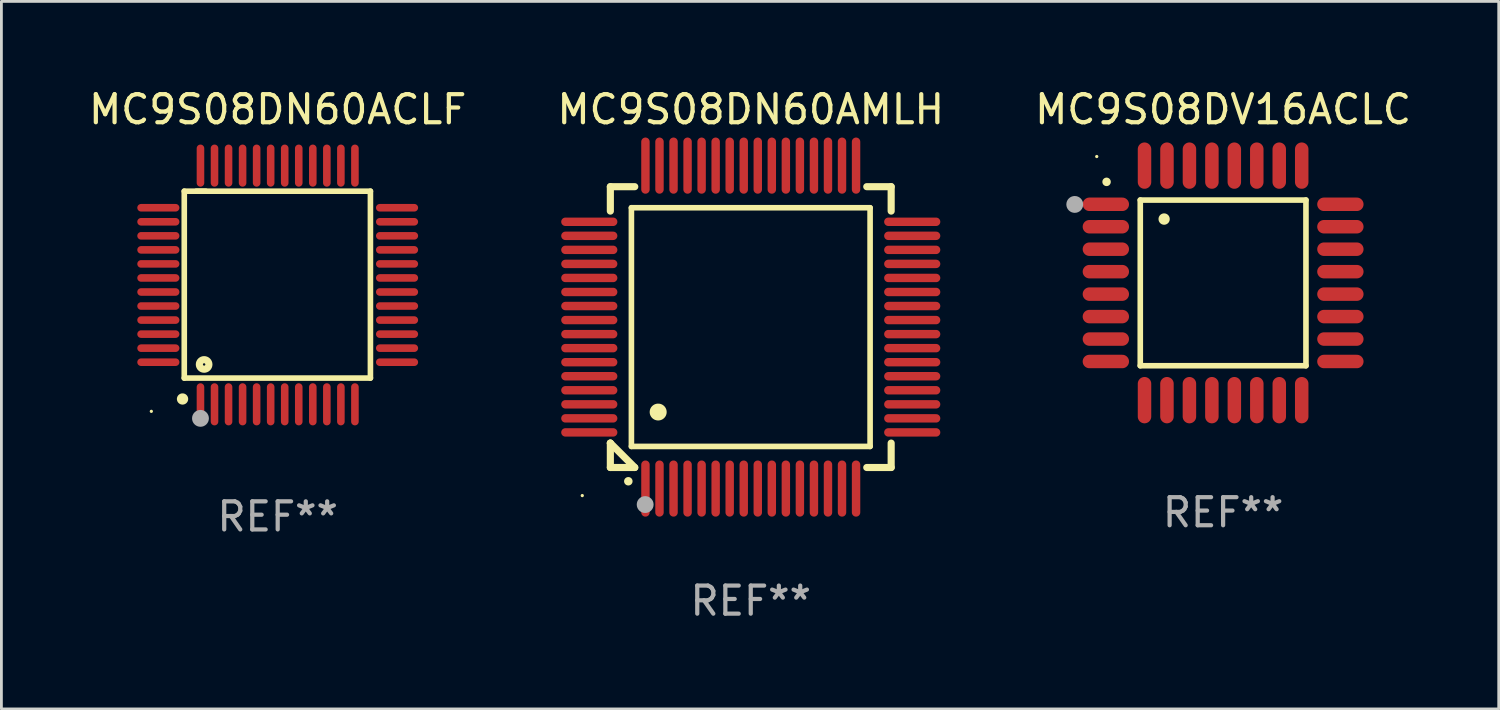
<source format=kicad_pcb>
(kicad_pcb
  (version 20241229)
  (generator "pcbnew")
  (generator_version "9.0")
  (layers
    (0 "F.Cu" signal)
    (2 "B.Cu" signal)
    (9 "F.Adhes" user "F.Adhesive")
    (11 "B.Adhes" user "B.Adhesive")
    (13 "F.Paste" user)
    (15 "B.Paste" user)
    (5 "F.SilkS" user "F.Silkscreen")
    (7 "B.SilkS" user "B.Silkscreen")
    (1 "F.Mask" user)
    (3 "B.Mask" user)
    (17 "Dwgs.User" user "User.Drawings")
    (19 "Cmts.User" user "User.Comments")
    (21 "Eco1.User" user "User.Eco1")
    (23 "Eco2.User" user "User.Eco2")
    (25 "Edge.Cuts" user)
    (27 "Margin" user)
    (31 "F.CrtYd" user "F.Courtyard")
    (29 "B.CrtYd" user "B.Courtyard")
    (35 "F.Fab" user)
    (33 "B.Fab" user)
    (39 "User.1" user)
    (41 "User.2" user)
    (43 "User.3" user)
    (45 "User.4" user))
  (footprint "MC9S08DN60ACLF"
    (layer "F.Cu")
    (at 6.839 7.098)
    (property "Reference" "MC9S08DN60ACLF" (at 0 -6.25 0) (layer "F.SilkS") (effects (font (size 1 1) (thickness 0.15))))
    (attr through_hole)
    (fp_line (start -3.327 -3.34) (end -2.565 -3.34) (stroke (width 0.2) (type solid)) (layer "F.SilkS"))
    (fp_line (start -3.327 3.315) (end -3.327 -3.34) (stroke (width 0.2) (type solid)) (layer "F.SilkS"))
    (fp_line (start -2.896 -3.34) (end 3.302 -3.34) (stroke (width 0.2) (type solid)) (layer "F.SilkS"))
    (fp_line (start 3.302 -3.34) (end 3.302 3.315) (stroke (width 0.2) (type solid)) (layer "F.SilkS"))
    (fp_line (start 3.302 3.315) (end -3.327 3.315) (stroke (width 0.2) (type solid)) (layer "F.SilkS"))
    (fp_arc (start -3.389992 4.059995) (mid -3.388722 4.059991) (end -3.387452 4.059995) (stroke (width 0.4) (type solid)) (layer "F.SilkS"))
    (fp_circle (center -4.5 4.5) (end -4.47 4.5) (stroke (width 0.06) (type solid)) (fill no) (layer "F.SilkS"))
    (fp_circle (center -2.62 2.83) (end -2.45 2.83) (stroke (width 0.254) (type solid)) (fill no) (layer "F.SilkS"))
    (fp_circle (center -2.75 4.75) (end -2.6 4.75) (stroke (width 0.3) (type solid)) (fill no) (layer "F.Fab"))
    (fp_text user "REF**" (at 0 8.25 0) (layer "F.Fab") (effects (font (size 1 1) (thickness 0.15))))
    (pad "1" smd oval (at -2.75 4.25) (size 0.27 1.5) (layers "F.Cu" "F.Mask" "F.Paste"))
    (pad "2" smd oval (at -2.25 4.25) (size 0.27 1.5) (layers "F.Cu" "F.Mask" "F.Paste"))
    (pad "3" smd oval (at -1.75 4.25) (size 0.27 1.5) (layers "F.Cu" "F.Mask" "F.Paste"))
    (pad "4" smd oval (at -1.25 4.25) (size 0.27 1.5) (layers "F.Cu" "F.Mask" "F.Paste"))
    (pad "5" smd oval (at -0.75 4.25) (size 0.27 1.5) (layers "F.Cu" "F.Mask" "F.Paste"))
    (pad "6" smd oval (at -0.25 4.25) (size 0.27 1.5) (layers "F.Cu" "F.Mask" "F.Paste"))
    (pad "7" smd oval (at 0.25 4.25) (size 0.27 1.5) (layers "F.Cu" "F.Mask" "F.Paste"))
    (pad "8" smd oval (at 0.75 4.25) (size 0.27 1.5) (layers "F.Cu" "F.Mask" "F.Paste"))
    (pad "9" smd oval (at 1.25 4.25) (size 0.27 1.5) (layers "F.Cu" "F.Mask" "F.Paste"))
    (pad "10" smd oval (at 1.75 4.25) (size 0.27 1.5) (layers "F.Cu" "F.Mask" "F.Paste"))
    (pad "11" smd oval (at 2.25 4.25) (size 0.27 1.5) (layers "F.Cu" "F.Mask" "F.Paste"))
    (pad "12" smd oval (at 2.75 4.25) (size 0.27 1.5) (layers "F.Cu" "F.Mask" "F.Paste"))
    (pad "13" smd oval (at 4.25 2.75) (size 1.5 0.27) (layers "F.Cu" "F.Mask" "F.Paste"))
    (pad "14" smd oval (at 4.25 2.25) (size 1.5 0.27) (layers "F.Cu" "F.Mask" "F.Paste"))
    (pad "15" smd oval (at 4.25 1.75) (size 1.5 0.27) (layers "F.Cu" "F.Mask" "F.Paste"))
    (pad "16" smd oval (at 4.25 1.25) (size 1.5 0.27) (layers "F.Cu" "F.Mask" "F.Paste"))
    (pad "17" smd oval (at 4.25 0.75) (size 1.5 0.27) (layers "F.Cu" "F.Mask" "F.Paste"))
    (pad "18" smd oval (at 4.25 0.25) (size 1.5 0.27) (layers "F.Cu" "F.Mask" "F.Paste"))
    (pad "19" smd oval (at 4.25 -0.25) (size 1.5 0.27) (layers "F.Cu" "F.Mask" "F.Paste"))
    (pad "20" smd oval (at 4.25 -0.75) (size 1.5 0.27) (layers "F.Cu" "F.Mask" "F.Paste"))
    (pad "21" smd oval (at 4.25 -1.25) (size 1.5 0.27) (layers "F.Cu" "F.Mask" "F.Paste"))
    (pad "22" smd oval (at 4.25 -1.75) (size 1.5 0.27) (layers "F.Cu" "F.Mask" "F.Paste"))
    (pad "23" smd oval (at 4.25 -2.25) (size 1.5 0.27) (layers "F.Cu" "F.Mask" "F.Paste"))
    (pad "24" smd oval (at 4.25 -2.75) (size 1.5 0.27) (layers "F.Cu" "F.Mask" "F.Paste"))
    (pad "25" smd oval (at 2.75 -4.25) (size 0.27 1.5) (layers "F.Cu" "F.Mask" "F.Paste"))
    (pad "26" smd oval (at 2.25 -4.25) (size 0.27 1.5) (layers "F.Cu" "F.Mask" "F.Paste"))
    (pad "27" smd oval (at 1.75 -4.25) (size 0.27 1.5) (layers "F.Cu" "F.Mask" "F.Paste"))
    (pad "28" smd oval (at 1.25 -4.25) (size 0.27 1.5) (layers "F.Cu" "F.Mask" "F.Paste"))
    (pad "29" smd oval (at 0.75 -4.25) (size 0.27 1.5) (layers "F.Cu" "F.Mask" "F.Paste"))
    (pad "30" smd oval (at 0.25 -4.25) (size 0.27 1.5) (layers "F.Cu" "F.Mask" "F.Paste"))
    (pad "31" smd oval (at -0.25 -4.25) (size 0.27 1.5) (layers "F.Cu" "F.Mask" "F.Paste"))
    (pad "32" smd oval (at -0.75 -4.25) (size 0.27 1.5) (layers "F.Cu" "F.Mask" "F.Paste"))
    (pad "33" smd oval (at -1.25 -4.25) (size 0.27 1.5) (layers "F.Cu" "F.Mask" "F.Paste"))
    (pad "34" smd oval (at -1.75 -4.25) (size 0.27 1.5) (layers "F.Cu" "F.Mask" "F.Paste"))
    (pad "35" smd oval (at -2.25 -4.25) (size 0.27 1.5) (layers "F.Cu" "F.Mask" "F.Paste"))
    (pad "36" smd oval (at -2.75 -4.25) (size 0.27 1.5) (layers "F.Cu" "F.Mask" "F.Paste"))
    (pad "37" smd oval (at -4.25 -2.75) (size 1.5 0.27) (layers "F.Cu" "F.Mask" "F.Paste"))
    (pad "38" smd oval (at -4.25 -2.25) (size 1.5 0.27) (layers "F.Cu" "F.Mask" "F.Paste"))
    (pad "39" smd oval (at -4.25 -1.75) (size 1.5 0.27) (layers "F.Cu" "F.Mask" "F.Paste"))
    (pad "40" smd oval (at -4.25 -1.25) (size 1.5 0.27) (layers "F.Cu" "F.Mask" "F.Paste"))
    (pad "41" smd oval (at -4.25 -0.75) (size 1.5 0.27) (layers "F.Cu" "F.Mask" "F.Paste"))
    (pad "42" smd oval (at -4.25 -0.25) (size 1.5 0.27) (layers "F.Cu" "F.Mask" "F.Paste"))
    (pad "43" smd oval (at -4.25 0.25) (size 1.5 0.27) (layers "F.Cu" "F.Mask" "F.Paste"))
    (pad "44" smd oval (at -4.25 0.75) (size 1.5 0.27) (layers "F.Cu" "F.Mask" "F.Paste"))
    (pad "45" smd oval (at -4.25 1.25) (size 1.5 0.27) (layers "F.Cu" "F.Mask" "F.Paste"))
    (pad "46" smd oval (at -4.25 1.75) (size 1.5 0.27) (layers "F.Cu" "F.Mask" "F.Paste"))
    (pad "47" smd oval (at -4.25 2.25) (size 1.5 0.27) (layers "F.Cu" "F.Mask" "F.Paste"))
    (pad "48" smd oval (at -4.25 2.75) (size 1.5 0.27) (layers "F.Cu" "F.Mask" "F.Paste")))
  (footprint "MC9S08DN60AMLH"
    (layer "F.Cu")
    (at 23.685 8.598)
    (property "Reference" "MC9S08DN60AMLH" (at 0 -7.75 0) (layer "F.SilkS") (effects (font (size 1 1) (thickness 0.15))))
    (attr through_hole)
    (fp_line (start -5 -5) (end -4.131 -5) (stroke (width 0.254) (type solid)) (layer "F.SilkS"))
    (fp_line (start -5 -4.131) (end -5 -5) (stroke (width 0.254) (type solid)) (layer "F.SilkS"))
    (fp_line (start -5 4.131) (end -5 4.131) (stroke (width 0.254) (type solid)) (layer "F.SilkS"))
    (fp_line (start -5 5) (end -5 4.131) (stroke (width 0.254) (type solid)) (layer "F.SilkS"))
    (fp_line (start -5 4.131) (end -4.131 5) (stroke (width 0.254) (type solid)) (layer "F.SilkS"))
    (fp_line (start -4.25 -4.25) (end -4.25 4.25) (stroke (width 0.2) (type solid)) (layer "F.SilkS"))
    (fp_line (start -4.25 4.25) (end 4.25 4.25) (stroke (width 0.2) (type solid)) (layer "F.SilkS"))
    (fp_line (start -4.131 5) (end -5 5) (stroke (width 0.254) (type solid)) (layer "F.SilkS"))
    (fp_line (start 4.25 -4.25) (end -4.25 -4.25) (stroke (width 0.2) (type solid)) (layer "F.SilkS"))
    (fp_line (start 4.25 4.25) (end 4.25 -4.25) (stroke (width 0.2) (type solid)) (layer "F.SilkS"))
    (fp_line (start 5 -5) (end 4.131 -5) (stroke (width 0.254) (type solid)) (layer "F.SilkS"))
    (fp_line (start 5 -5) (end 5 -4.131) (stroke (width 0.254) (type solid)) (layer "F.SilkS"))
    (fp_line (start 5 4.131) (end 5 5) (stroke (width 0.254) (type solid)) (layer "F.SilkS"))
    (fp_line (start 5 5) (end 4.131 5) (stroke (width 0.254) (type solid)) (layer "F.SilkS"))
    (fp_arc (start -4.361265 5.489992) (mid -4.359995 5.489987) (end -4.358725 5.489992) (stroke (width 0.3) (type solid)) (layer "F.SilkS"))
    (fp_arc (start -3.299467 3.025146) (mid -3.296927 3.025135) (end -3.294387 3.025146) (stroke (width 0.6) (type solid)) (layer "F.SilkS"))
    (fp_circle (center -6 6) (end -5.97 6) (stroke (width 0.06) (type solid)) (fill no) (layer "F.SilkS"))
    (fp_circle (center -3.76 6.32) (end -3.61 6.32) (stroke (width 0.3) (type solid)) (fill no) (layer "F.Fab"))
    (fp_text user "REF**" (at 0 9.75 0) (layer "F.Fab") (effects (font (size 1 1) (thickness 0.15))))
    (pad "1" smd oval (at -3.75 5.75) (size 0.3 2) (layers "F.Cu" "F.Mask" "F.Paste"))
    (pad "2" smd oval (at -3.25 5.75) (size 0.3 2) (layers "F.Cu" "F.Mask" "F.Paste"))
    (pad "3" smd oval (at -2.75 5.75) (size 0.3 2) (layers "F.Cu" "F.Mask" "F.Paste"))
    (pad "4" smd oval (at -2.25 5.75) (size 0.3 2) (layers "F.Cu" "F.Mask" "F.Paste"))
    (pad "5" smd oval (at -1.75 5.75) (size 0.3 2) (layers "F.Cu" "F.Mask" "F.Paste"))
    (pad "6" smd oval (at -1.25 5.75) (size 0.3 2) (layers "F.Cu" "F.Mask" "F.Paste"))
    (pad "7" smd oval (at -0.75 5.75) (size 0.3 2) (layers "F.Cu" "F.Mask" "F.Paste"))
    (pad "8" smd oval (at -0.25 5.75) (size 0.3 2) (layers "F.Cu" "F.Mask" "F.Paste"))
    (pad "9" smd oval (at 0.25 5.75) (size 0.3 2) (layers "F.Cu" "F.Mask" "F.Paste"))
    (pad "10" smd oval (at 0.75 5.75) (size 0.3 2) (layers "F.Cu" "F.Mask" "F.Paste"))
    (pad "11" smd oval (at 1.25 5.75) (size 0.3 2) (layers "F.Cu" "F.Mask" "F.Paste"))
    (pad "12" smd oval (at 1.75 5.75) (size 0.3 2) (layers "F.Cu" "F.Mask" "F.Paste"))
    (pad "13" smd oval (at 2.25 5.75) (size 0.3 2) (layers "F.Cu" "F.Mask" "F.Paste"))
    (pad "14" smd oval (at 2.75 5.75) (size 0.3 2) (layers "F.Cu" "F.Mask" "F.Paste"))
    (pad "15" smd oval (at 3.25 5.75) (size 0.3 2) (layers "F.Cu" "F.Mask" "F.Paste"))
    (pad "16" smd oval (at 3.75 5.75) (size 0.3 2) (layers "F.Cu" "F.Mask" "F.Paste"))
    (pad "17" smd oval (at 5.75 3.75) (size 2 0.3) (layers "F.Cu" "F.Mask" "F.Paste"))
    (pad "18" smd oval (at 5.75 3.25) (size 2 0.3) (layers "F.Cu" "F.Mask" "F.Paste"))
    (pad "19" smd oval (at 5.75 2.75) (size 2 0.3) (layers "F.Cu" "F.Mask" "F.Paste"))
    (pad "20" smd oval (at 5.75 2.25) (size 2 0.3) (layers "F.Cu" "F.Mask" "F.Paste"))
    (pad "21" smd oval (at 5.75 1.75) (size 2 0.3) (layers "F.Cu" "F.Mask" "F.Paste"))
    (pad "22" smd oval (at 5.75 1.25) (size 2 0.3) (layers "F.Cu" "F.Mask" "F.Paste"))
    (pad "23" smd oval (at 5.75 0.75) (size 2 0.3) (layers "F.Cu" "F.Mask" "F.Paste"))
    (pad "24" smd oval (at 5.75 0.25) (size 2 0.3) (layers "F.Cu" "F.Mask" "F.Paste"))
    (pad "25" smd oval (at 5.75 -0.25) (size 2 0.3) (layers "F.Cu" "F.Mask" "F.Paste"))
    (pad "26" smd oval (at 5.75 -0.75) (size 2 0.3) (layers "F.Cu" "F.Mask" "F.Paste"))
    (pad "27" smd oval (at 5.75 -1.25) (size 2 0.3) (layers "F.Cu" "F.Mask" "F.Paste"))
    (pad "28" smd oval (at 5.75 -1.75) (size 2 0.3) (layers "F.Cu" "F.Mask" "F.Paste"))
    (pad "29" smd oval (at 5.75 -2.25) (size 2 0.3) (layers "F.Cu" "F.Mask" "F.Paste"))
    (pad "30" smd oval (at 5.75 -2.75) (size 2 0.3) (layers "F.Cu" "F.Mask" "F.Paste"))
    (pad "31" smd oval (at 5.75 -3.25) (size 2 0.3) (layers "F.Cu" "F.Mask" "F.Paste"))
    (pad "32" smd oval (at 5.75 -3.75) (size 2 0.3) (layers "F.Cu" "F.Mask" "F.Paste"))
    (pad "33" smd oval (at 3.75 -5.75) (size 0.3 2) (layers "F.Cu" "F.Mask" "F.Paste"))
    (pad "34" smd oval (at 3.25 -5.75) (size 0.3 2) (layers "F.Cu" "F.Mask" "F.Paste"))
    (pad "35" smd oval (at 2.75 -5.75) (size 0.3 2) (layers "F.Cu" "F.Mask" "F.Paste"))
    (pad "36" smd oval (at 2.25 -5.75) (size 0.3 2) (layers "F.Cu" "F.Mask" "F.Paste"))
    (pad "37" smd oval (at 1.75 -5.75) (size 0.3 2) (layers "F.Cu" "F.Mask" "F.Paste"))
    (pad "38" smd oval (at 1.25 -5.75) (size 0.3 2) (layers "F.Cu" "F.Mask" "F.Paste"))
    (pad "39" smd oval (at 0.75 -5.75) (size 0.3 2) (layers "F.Cu" "F.Mask" "F.Paste"))
    (pad "40" smd oval (at 0.25 -5.75) (size 0.3 2) (layers "F.Cu" "F.Mask" "F.Paste"))
    (pad "41" smd oval (at -0.25 -5.75) (size 0.3 2) (layers "F.Cu" "F.Mask" "F.Paste"))
    (pad "42" smd oval (at -0.75 -5.75) (size 0.3 2) (layers "F.Cu" "F.Mask" "F.Paste"))
    (pad "43" smd oval (at -1.25 -5.75) (size 0.3 2) (layers "F.Cu" "F.Mask" "F.Paste"))
    (pad "44" smd oval (at -1.75 -5.75) (size 0.3 2) (layers "F.Cu" "F.Mask" "F.Paste"))
    (pad "45" smd oval (at -2.25 -5.75) (size 0.3 2) (layers "F.Cu" "F.Mask" "F.Paste"))
    (pad "46" smd oval (at -2.75 -5.75) (size 0.3 2) (layers "F.Cu" "F.Mask" "F.Paste"))
    (pad "47" smd oval (at -3.25 -5.75) (size 0.3 2) (layers "F.Cu" "F.Mask" "F.Paste"))
    (pad "48" smd oval (at -3.75 -5.75) (size 0.3 2) (layers "F.Cu" "F.Mask" "F.Paste"))
    (pad "49" smd oval (at -5.75 -3.75) (size 2 0.3) (layers "F.Cu" "F.Mask" "F.Paste"))
    (pad "50" smd oval (at -5.75 -3.25) (size 2 0.3) (layers "F.Cu" "F.Mask" "F.Paste"))
    (pad "51" smd oval (at -5.75 -2.75) (size 2 0.3) (layers "F.Cu" "F.Mask" "F.Paste"))
    (pad "52" smd oval (at -5.75 -2.25) (size 2 0.3) (layers "F.Cu" "F.Mask" "F.Paste"))
    (pad "53" smd oval (at -5.75 -1.75) (size 2 0.3) (layers "F.Cu" "F.Mask" "F.Paste"))
    (pad "54" smd oval (at -5.75 -1.25) (size 2 0.3) (layers "F.Cu" "F.Mask" "F.Paste"))
    (pad "55" smd oval (at -5.75 -0.75) (size 2 0.3) (layers "F.Cu" "F.Mask" "F.Paste"))
    (pad "56" smd oval (at -5.75 -0.25) (size 2 0.3) (layers "F.Cu" "F.Mask" "F.Paste"))
    (pad "57" smd oval (at -5.75 0.25) (size 2 0.3) (layers "F.Cu" "F.Mask" "F.Paste"))
    (pad "58" smd oval (at -5.75 0.75) (size 2 0.3) (layers "F.Cu" "F.Mask" "F.Paste"))
    (pad "59" smd oval (at -5.75 1.25) (size 2 0.3) (layers "F.Cu" "F.Mask" "F.Paste"))
    (pad "60" smd oval (at -5.75 1.75) (size 2 0.3) (layers "F.Cu" "F.Mask" "F.Paste"))
    (pad "61" smd oval (at -5.75 2.25) (size 2 0.3) (layers "F.Cu" "F.Mask" "F.Paste"))
    (pad "62" smd oval (at -5.75 2.75) (size 2 0.3) (layers "F.Cu" "F.Mask" "F.Paste"))
    (pad "63" smd oval (at -5.75 3.25) (size 2 0.3) (layers "F.Cu" "F.Mask" "F.Paste"))
    (pad "64" smd oval (at -5.75 3.75) (size 2 0.3) (layers "F.Cu" "F.Mask" "F.Paste")))
  (footprint "MC9S08DV16ACLC"
    (layer "F.Cu")
    (at 40.506 7.024)
    (property "Reference" "MC9S08DV16ACLC" (at 0 -6.176 0) (layer "F.SilkS") (effects (font (size 1 1) (thickness 0.15))))
    (attr through_hole)
    (fp_line (start -2.95 -2.95) (end -2.95 2.95) (stroke (width 0.2) (type solid)) (layer "F.SilkS"))
    (fp_line (start -2.95 2.95) (end 2.95 2.95) (stroke (width 0.2) (type solid)) (layer "F.SilkS"))
    (fp_line (start 2.95 -2.95) (end -2.95 -2.95) (stroke (width 0.2) (type solid)) (layer "F.SilkS"))
    (fp_line (start 2.95 2.95) (end 2.95 -2.95) (stroke (width 0.2) (type solid)) (layer "F.SilkS"))
    (fp_arc (start -4.150178 -3.596622) (mid -4.150183 -3.597892) (end -4.150178 -3.599162) (stroke (width 0.3) (type solid)) (layer "F.SilkS"))
    (fp_arc (start -2.100394 -2.270739) (mid -2.10041 -2.273279) (end -2.100394 -2.275819) (stroke (width 0.4) (type solid)) (layer "F.SilkS"))
    (fp_circle (center -4.5 -4.5) (end -4.47 -4.5) (stroke (width 0.06) (type solid)) (fill no) (layer "F.SilkS"))
    (fp_circle (center -5.283 -2.794) (end -5.133 -2.794) (stroke (width 0.3) (type solid)) (fill no) (layer "F.Fab"))
    (fp_text user "REF**" (at 0 8.176 0) (layer "F.Fab") (effects (font (size 1 1) (thickness 0.15))))
    (pad "1" smd oval (at -4.176 -2.799 90) (size 0.48 1.65) (layers "F.Cu" "F.Mask" "F.Paste"))
    (pad "2" smd oval (at -4.176 -2 90) (size 0.48 1.65) (layers "F.Cu" "F.Mask" "F.Paste"))
    (pad "3" smd oval (at -4.176 -1.2 90) (size 0.48 1.65) (layers "F.Cu" "F.Mask" "F.Paste"))
    (pad "4" smd oval (at -4.176 -0.4 90) (size 0.48 1.65) (layers "F.Cu" "F.Mask" "F.Paste"))
    (pad "5" smd oval (at -4.176 0.4 90) (size 0.48 1.65) (layers "F.Cu" "F.Mask" "F.Paste"))
    (pad "6" smd oval (at -4.176 1.2 90) (size 0.48 1.65) (layers "F.Cu" "F.Mask" "F.Paste"))
    (pad "7" smd oval (at -4.176 2 90) (size 0.48 1.65) (layers "F.Cu" "F.Mask" "F.Paste"))
    (pad "8" smd oval (at -4.176 2.799 90) (size 0.48 1.65) (layers "F.Cu" "F.Mask" "F.Paste"))
    (pad "9" smd oval (at -2.799 4.176) (size 0.48 1.65) (layers "F.Cu" "F.Mask" "F.Paste"))
    (pad "10" smd oval (at -2 4.176) (size 0.48 1.65) (layers "F.Cu" "F.Mask" "F.Paste"))
    (pad "11" smd oval (at -1.2 4.176) (size 0.48 1.65) (layers "F.Cu" "F.Mask" "F.Paste"))
    (pad "12" smd oval (at -0.4 4.176) (size 0.48 1.65) (layers "F.Cu" "F.Mask" "F.Paste"))
    (pad "13" smd oval (at 0.4 4.176) (size 0.48 1.65) (layers "F.Cu" "F.Mask" "F.Paste"))
    (pad "14" smd oval (at 1.2 4.176) (size 0.48 1.65) (layers "F.Cu" "F.Mask" "F.Paste"))
    (pad "15" smd oval (at 2 4.176) (size 0.48 1.65) (layers "F.Cu" "F.Mask" "F.Paste"))
    (pad "16" smd oval (at 2.799 4.176) (size 0.48 1.65) (layers "F.Cu" "F.Mask" "F.Paste"))
    (pad "17" smd oval (at 4.176 2.799 90) (size 0.48 1.65) (layers "F.Cu" "F.Mask" "F.Paste"))
    (pad "18" smd oval (at 4.176 2 90) (size 0.48 1.65) (layers "F.Cu" "F.Mask" "F.Paste"))
    (pad "19" smd oval (at 4.176 1.2 90) (size 0.48 1.65) (layers "F.Cu" "F.Mask" "F.Paste"))
    (pad "20" smd oval (at 4.176 0.4 90) (size 0.48 1.65) (layers "F.Cu" "F.Mask" "F.Paste"))
    (pad "21" smd oval (at 4.176 -0.4 90) (size 0.48 1.65) (layers "F.Cu" "F.Mask" "F.Paste"))
    (pad "22" smd oval (at 4.176 -1.2 90) (size 0.48 1.65) (layers "F.Cu" "F.Mask" "F.Paste"))
    (pad "23" smd oval (at 4.176 -2 90) (size 0.48 1.65) (layers "F.Cu" "F.Mask" "F.Paste"))
    (pad "24" smd oval (at 4.176 -2.799 90) (size 0.48 1.65) (layers "F.Cu" "F.Mask" "F.Paste"))
    (pad "25" smd oval (at 2.799 -4.176) (size 0.48 1.65) (layers "F.Cu" "F.Mask" "F.Paste"))
    (pad "26" smd oval (at 1.999 -4.176) (size 0.48 1.65) (layers "F.Cu" "F.Mask" "F.Paste"))
    (pad "27" smd oval (at 1.199 -4.176) (size 0.48 1.65) (layers "F.Cu" "F.Mask" "F.Paste"))
    (pad "28" smd oval (at 0.399 -4.176) (size 0.48 1.65) (layers "F.Cu" "F.Mask" "F.Paste"))
    (pad "29" smd oval (at -0.399 -4.176) (size 0.48 1.65) (layers "F.Cu" "F.Mask" "F.Paste"))
    (pad "30" smd oval (at -1.199 -4.176) (size 0.48 1.65) (layers "F.Cu" "F.Mask" "F.Paste"))
    (pad "31" smd oval (at -1.999 -4.176) (size 0.48 1.65) (layers "F.Cu" "F.Mask" "F.Paste"))
    (pad "32" smd oval (at -2.799 -4.176) (size 0.48 1.65) (layers "F.Cu" "F.Mask" "F.Paste")))
  (gr_rect
    (start -3 -3)
    (end 50.321 22.196)
    (stroke (width 0.1) (type default))
    (fill no)
    (layer "Edge.Cuts")))
</source>
